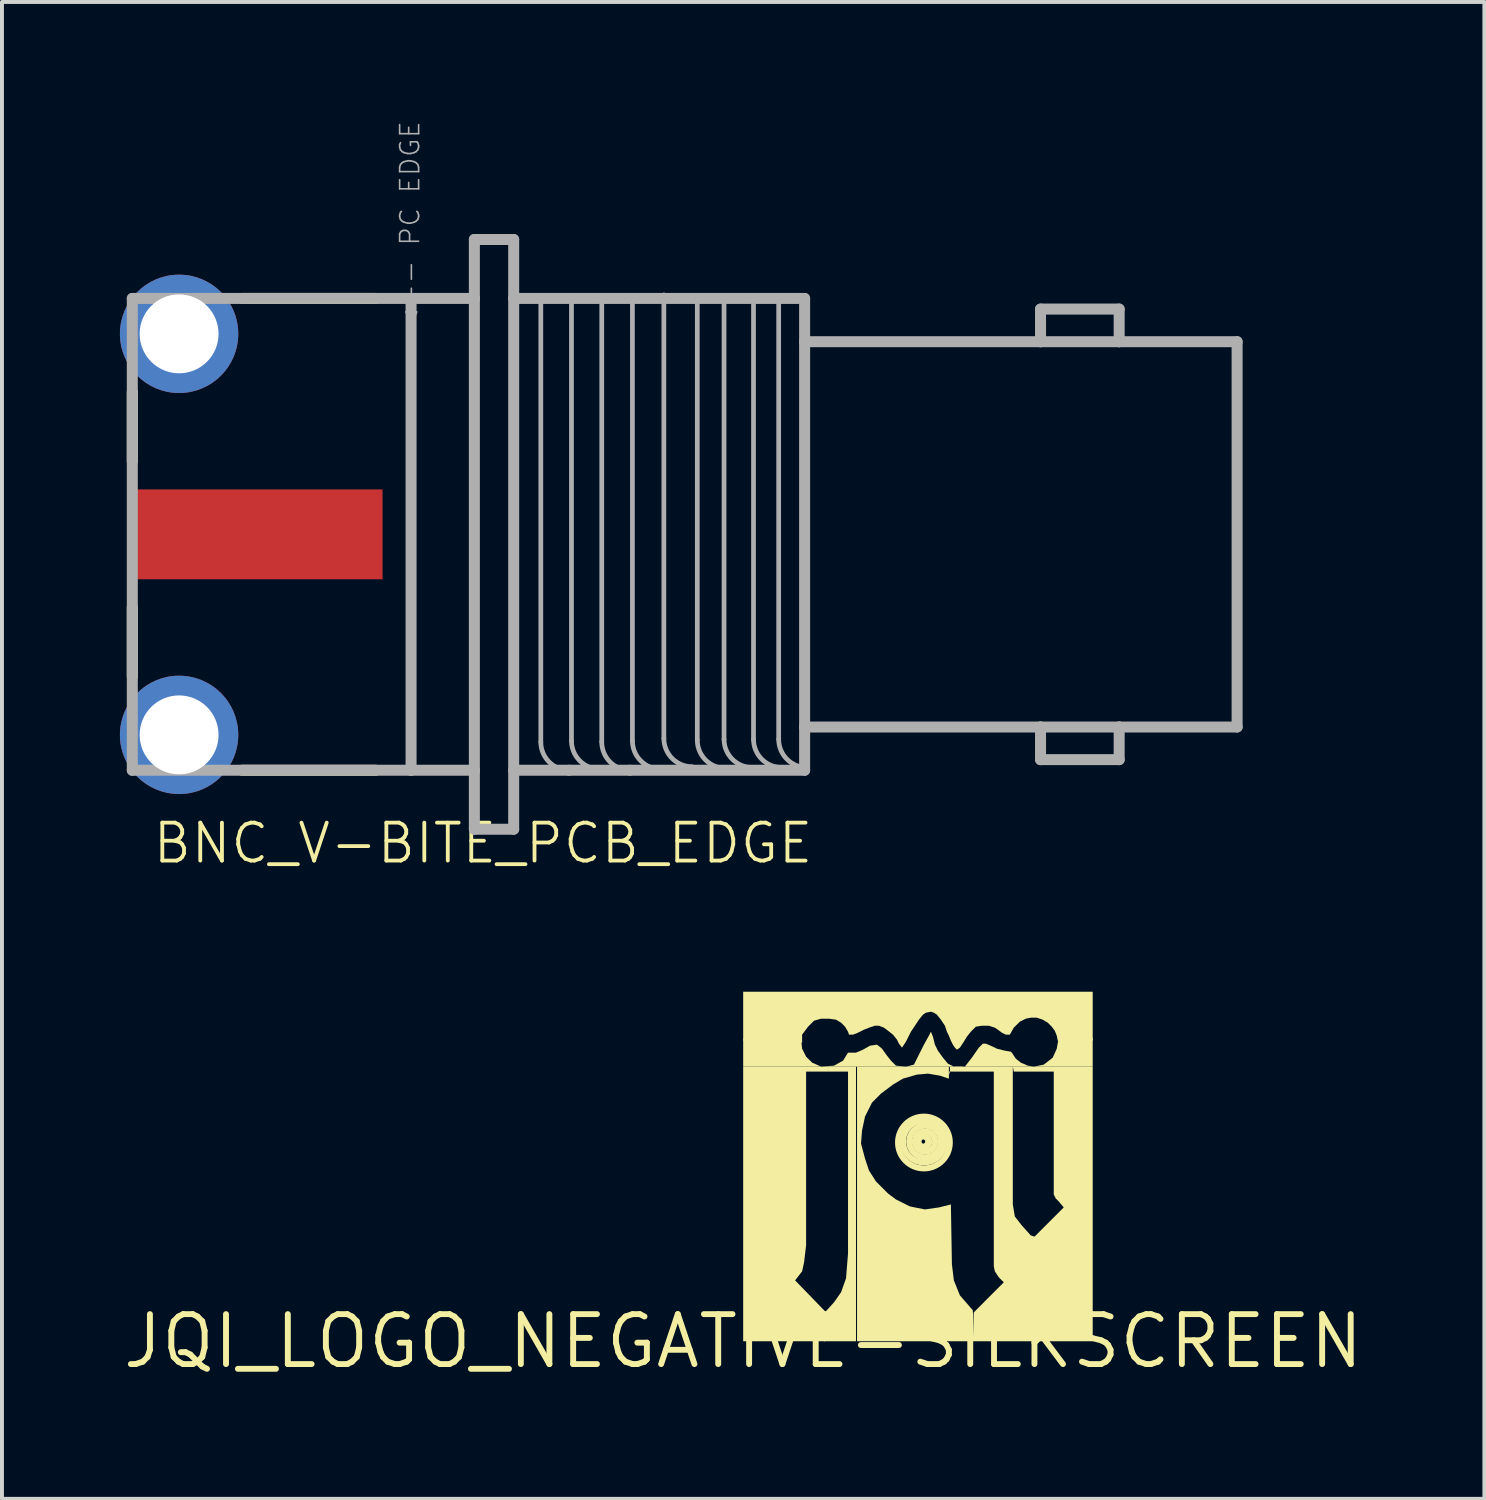
<source format=kicad_pcb>
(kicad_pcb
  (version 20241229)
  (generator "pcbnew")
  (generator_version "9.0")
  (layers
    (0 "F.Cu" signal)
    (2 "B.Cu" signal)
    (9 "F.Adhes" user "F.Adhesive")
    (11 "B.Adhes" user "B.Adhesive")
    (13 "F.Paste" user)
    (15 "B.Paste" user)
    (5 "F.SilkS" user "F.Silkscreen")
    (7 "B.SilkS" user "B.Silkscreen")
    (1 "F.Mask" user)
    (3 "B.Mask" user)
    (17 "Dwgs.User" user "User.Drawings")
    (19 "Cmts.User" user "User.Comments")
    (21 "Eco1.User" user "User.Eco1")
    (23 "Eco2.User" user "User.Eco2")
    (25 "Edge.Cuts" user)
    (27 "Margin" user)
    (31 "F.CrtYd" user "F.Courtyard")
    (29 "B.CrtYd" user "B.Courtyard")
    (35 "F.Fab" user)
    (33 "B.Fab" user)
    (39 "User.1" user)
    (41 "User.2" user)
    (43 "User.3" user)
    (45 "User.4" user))
  (footprint "BNC_V-BITE_PCB_EDGE"
    (layer "F.Cu")
    (at 1.505 10.541)
    (property "Reference" "BNC_V-BITE_PCB_EDGE" (at -0.72 8.42 180) (layer "F.SilkS") (effects (font (size 0.965 0.965) (thickness 0.097)) (justify left bottom)))
    (attr through_hole)
    (fp_line (start -1.19 -1.86) (end -1.19 -3.62) (stroke (width 0.28) (type solid)) (layer "F.SilkS"))
    (fp_line (start -1.19 3.62) (end -1.19 1.86) (stroke (width 0.28) (type solid)) (layer "F.SilkS"))
    (fp_line (start 1.6 -6) (end 5 -6) (stroke (width 0.28) (type solid)) (layer "F.SilkS"))
    (fp_line (start 1.6 6) (end 5 6) (stroke (width 0.28) (type solid)) (layer "F.SilkS"))
    (fp_line (start -1.19 -6) (end 5.9 -6) (stroke (width 0.28) (type solid)) (layer "F.Fab"))
    (fp_line (start -1.19 6) (end -1.19 -6) (stroke (width 0.28) (type solid)) (layer "F.Fab"))
    (fp_line (start 5.9 -6) (end 5.9 6) (stroke (width 0.28) (type solid)) (layer "F.Fab"))
    (fp_line (start 5.9 6) (end -1.19 6) (stroke (width 0.28) (type solid)) (layer "F.Fab"))
    (fp_line (start 7.51 -7.5) (end 7.51 -6) (stroke (width 0.28) (type solid)) (layer "F.Fab"))
    (fp_line (start 7.51 -7.5) (end 8.51 -7.5) (stroke (width 0.28) (type solid)) (layer "F.Fab"))
    (fp_line (start 7.51 -6) (end 5.9 -6) (stroke (width 0.28) (type solid)) (layer "F.Fab"))
    (fp_line (start 7.51 -6) (end 7.51 6) (stroke (width 0.28) (type solid)) (layer "F.Fab"))
    (fp_line (start 7.51 6) (end 5.9 6) (stroke (width 0.28) (type solid)) (layer "F.Fab"))
    (fp_line (start 7.51 6) (end 7.51 7.5) (stroke (width 0.28) (type solid)) (layer "F.Fab"))
    (fp_line (start 7.51 7.5) (end 8.51 7.5) (stroke (width 0.28) (type solid)) (layer "F.Fab"))
    (fp_line (start 8.51 -7.5) (end 8.51 -6) (stroke (width 0.28) (type solid)) (layer "F.Fab"))
    (fp_line (start 8.51 -6) (end 8.51 6) (stroke (width 0.28) (type solid)) (layer "F.Fab"))
    (fp_line (start 8.51 -6) (end 9.2 -6) (stroke (width 0.28) (type solid)) (layer "F.Fab"))
    (fp_line (start 8.51 6) (end 8.51 7.5) (stroke (width 0.28) (type solid)) (layer "F.Fab"))
    (fp_line (start 8.51 6) (end 9.92 6) (stroke (width 0.28) (type solid)) (layer "F.Fab"))
    (fp_line (start 9.2 -6) (end 9.2 5.28) (stroke (width 0.12) (type solid)) (layer "F.Fab"))
    (fp_line (start 9.2 -6) (end 10.75 -6) (stroke (width 0.28) (type solid)) (layer "F.Fab"))
    (fp_line (start 9.92 6) (end 11.47 6) (stroke (width 0.28) (type solid)) (layer "F.Fab"))
    (fp_line (start 9.98 -6.03) (end 9.98 5.25) (stroke (width 0.12) (type solid)) (layer "F.Fab"))
    (fp_line (start 10.75 -6) (end 10.75 5.28) (stroke (width 0.12) (type solid)) (layer "F.Fab"))
    (fp_line (start 10.75 -6) (end 15.91 -6) (stroke (width 0.28) (type solid)) (layer "F.Fab"))
    (fp_line (start 11.47 6) (end 15.91 6) (stroke (width 0.28) (type solid)) (layer "F.Fab"))
    (fp_line (start 11.53 -6.03) (end 11.53 5.25) (stroke (width 0.12) (type solid)) (layer "F.Fab"))
    (fp_line (start 12.33 -6.09) (end 12.33 5.19) (stroke (width 0.12) (type solid)) (layer "F.Fab"))
    (fp_line (start 13.18 -6.05) (end 13.18 5.23) (stroke (width 0.12) (type solid)) (layer "F.Fab"))
    (fp_line (start 13.86 -6.07) (end 13.86 5.21) (stroke (width 0.12) (type solid)) (layer "F.Fab"))
    (fp_line (start 14.61 -6.07) (end 14.61 5.21) (stroke (width 0.12) (type solid)) (layer "F.Fab"))
    (fp_line (start 15.25 -6.07) (end 15.25 5.21) (stroke (width 0.12) (type solid)) (layer "F.Fab"))
    (fp_line (start 15.91 -6) (end 15.91 -4.9) (stroke (width 0.28) (type solid)) (layer "F.Fab"))
    (fp_line (start 15.91 -4.9) (end 15.91 4.9) (stroke (width 0.28) (type solid)) (layer "F.Fab"))
    (fp_line (start 15.91 4.9) (end 15.91 6) (stroke (width 0.28) (type solid)) (layer "F.Fab"))
    (fp_line (start 21.91 -5.73) (end 23.91 -5.73) (stroke (width 0.28) (type solid)) (layer "F.Fab"))
    (fp_line (start 21.91 -4.9) (end 15.91 -4.9) (stroke (width 0.28) (type solid)) (layer "F.Fab"))
    (fp_line (start 21.91 -4.9) (end 21.91 -5.73) (stroke (width 0.28) (type solid)) (layer "F.Fab"))
    (fp_line (start 21.91 4.9) (end 15.91 4.9) (stroke (width 0.28) (type solid)) (layer "F.Fab"))
    (fp_line (start 21.91 5.73) (end 21.91 4.9) (stroke (width 0.28) (type solid)) (layer "F.Fab"))
    (fp_line (start 23.91 -5.73) (end 23.91 -4.9) (stroke (width 0.28) (type solid)) (layer "F.Fab"))
    (fp_line (start 23.91 -4.9) (end 21.91 -4.9) (stroke (width 0.28) (type solid)) (layer "F.Fab"))
    (fp_line (start 23.91 4.9) (end 21.91 4.9) (stroke (width 0.28) (type solid)) (layer "F.Fab"))
    (fp_line (start 23.91 4.9) (end 23.91 5.73) (stroke (width 0.28) (type solid)) (layer "F.Fab"))
    (fp_line (start 23.91 5.73) (end 21.91 5.73) (stroke (width 0.28) (type solid)) (layer "F.Fab"))
    (fp_line (start 26.91 -4.9) (end 23.91 -4.9) (stroke (width 0.28) (type solid)) (layer "F.Fab"))
    (fp_line (start 26.91 -4.9) (end 26.91 4.9) (stroke (width 0.28) (type solid)) (layer "F.Fab"))
    (fp_line (start 26.91 4.9) (end 23.91 4.9) (stroke (width 0.28) (type solid)) (layer "F.Fab"))
    (fp_arc (start 9.92 6) (mid 9.410883 5.789117) (end 9.2 5.28) (stroke (width 0.12) (type solid)) (layer "F.Fab"))
    (fp_arc (start 10.7 5.97) (mid 10.190883 5.759117) (end 9.98 5.25) (stroke (width 0.12) (type solid)) (layer "F.Fab"))
    (fp_arc (start 11.47 6) (mid 10.960883 5.789117) (end 10.75 5.28) (stroke (width 0.12) (type solid)) (layer "F.Fab"))
    (fp_arc (start 12.25 5.97) (mid 11.740883 5.759117) (end 11.53 5.25) (stroke (width 0.12) (type solid)) (layer "F.Fab"))
    (fp_arc (start 13.05 5.91) (mid 12.540883 5.699117) (end 12.33 5.19) (stroke (width 0.12) (type solid)) (layer "F.Fab"))
    (fp_arc (start 13.9 5.95) (mid 13.390883 5.739117) (end 13.18 5.23) (stroke (width 0.12) (type solid)) (layer "F.Fab"))
    (fp_arc (start 14.58 5.93) (mid 14.070883 5.719117) (end 13.86 5.21) (stroke (width 0.12) (type solid)) (layer "F.Fab"))
    (fp_arc (start 15.33 5.93) (mid 14.820883 5.719117) (end 14.61 5.21) (stroke (width 0.12) (type solid)) (layer "F.Fab"))
    (fp_arc (start 15.97 5.93) (mid 15.460883 5.719117) (end 15.25 5.21) (stroke (width 0.12) (type solid)) (layer "F.Fab"))
    (fp_text user "<-- PC EDGE" (at 5.588 -10.541 90) (layer "F.Fab") (effects (font (size 0.483 0.483) (thickness 0.041)) (justify right top)))
    (pad "GND$1" thru_hole circle (at 0 -5.1) (size 3.01 3.01) (drill 2.007) (layers "*.Cu" "*.Mask"))
    (pad "GND$2" thru_hole circle (at 0 5.1) (size 3.01 3.01) (drill 2.007) (layers "*.Cu" "*.Mask"))
    (pad "P$1" smd rect (at 2 0) (size 6.35 2.286) (layers "F.Cu" "F.Mask")))
  (footprint "JQI_LOGO_NEGATIVE-SILKSCREEN"
    (layer "F.Cu")
    (at 15.852 31.064)
    (property "Reference" "JQI_LOGO_NEGATIVE-SILKSCREEN" (at 0 0 0) (layer "F.SilkS") (effects (font (size 1.27 1.27) (thickness 0.15))))
    (attr through_hole)
    (fp_circle (center 4.572 -5.08) (end 4.629 -5.08) (stroke (width 0.152) (type solid)) (fill no) (layer "F.SilkS"))
    (fp_circle (center 4.597 -5.08) (end 4.734 -5.08) (stroke (width 0.152) (type solid)) (fill no) (layer "F.SilkS"))
    (fp_circle (center 4.597 -5.08) (end 5.128 -5.08) (stroke (width 0.152) (type solid)) (fill no) (layer "F.SilkS"))
    (fp_circle (center 4.597 -5.055) (end 5.256 -5.055) (stroke (width 0.152) (type solid)) (fill no) (layer "F.SilkS"))
    (fp_circle (center 4.623 -5.08) (end 4.882 -5.08) (stroke (width 0.152) (type solid)) (fill no) (layer "F.SilkS"))
    (fp_circle (center 4.623 -5.08) (end 5.024 -5.08) (stroke (width 0.152) (type solid)) (fill no) (layer "F.SilkS"))
    (fp_poly (pts (xy 2.057 -0.711) (xy 2.057 0) (xy 2.87 0) (xy 2.87 -6.985) (xy 2.159 -6.985) (xy 2.159 -6.858) (xy 2.667 -6.858) (xy 2.667 -2.235) (xy 2.616 -1.6) (xy 2.489 -1.245) (xy 2.311 -0.991)) (stroke (width 0) (type solid)) (fill yes) (layer "F.SilkS"))
    (fp_poly (pts (xy 2.083 -0.762) (xy 1.321 -1.549) (xy 1.499 -1.778) (xy 1.549 -2.007) (xy 1.6 -2.438) (xy 1.6 -6.858) (xy 2.159 -6.858) (xy 2.159 -6.985) (xy 0 -6.985) (xy 0 0) (xy 2.083 0)) (stroke (width 0) (type solid)) (fill yes) (layer "F.SilkS"))
    (fp_poly (pts (xy 7.391 -2.642) (xy 8.153 -3.404) (xy 8.026 -3.556) (xy 7.95 -3.632) (xy 7.899 -3.734) (xy 7.899 -6.858) (xy 6.883 -6.858) (xy 6.858 -6.985) (xy 8.89 -6.985) (xy 8.89 0) (xy 7.391 0)) (stroke (width 0) (type solid)) (fill yes) (layer "F.SilkS"))
    (fp_poly (pts (xy 5.232 -6.858) (xy 6.375 -6.858) (xy 6.375 -1.905) (xy 6.401 -1.778) (xy 6.502 -1.626) (xy 6.629 -1.499) (xy 5.867 -0.737) (xy 5.842 0) (xy 7.468 0) (xy 7.468 -2.642) (xy 7.315 -2.692) (xy 7.087 -2.946) (xy 6.909 -3.175) (xy 6.858 -3.48) (xy 6.858 -6.985) (xy 5.258 -6.985) (xy 5.258 -6.782)) (stroke (width 0) (type solid)) (fill yes) (layer "F.SilkS"))
    (fp_poly (pts (xy 5.842 -0.787) (xy 5.842 0) (xy 2.896 0) (xy 2.896 -6.985) (xy 5.232 -6.985) (xy 5.232 -6.68) (xy 5.004 -6.756) (xy 4.699 -6.807) (xy 4.42 -6.782) (xy 4.064 -6.68) (xy 3.81 -6.528) (xy 3.505 -6.299) (xy 3.277 -6.071) (xy 3.099 -5.715) (xy 3.023 -5.359) (xy 2.997 -5.029) (xy 3.099 -4.648) (xy 3.2 -4.343) (xy 3.378 -4.064) (xy 3.683 -3.759) (xy 3.886 -3.607) (xy 4.242 -3.429) (xy 4.623 -3.353) (xy 4.978 -3.404) (xy 5.283 -3.48) (xy 5.309 -1.956) (xy 5.359 -1.549) (xy 5.512 -1.168)) (stroke (width 0) (type solid)) (fill yes) (layer "F.SilkS"))
    (fp_poly (pts (xy 6.833 -7.341) (xy 6.934 -7.188) (xy 7.061 -7.087) (xy 7.239 -7.01) (xy 7.391 -6.985) (xy 7.645 -7.036) (xy 7.874 -7.214) (xy 7.976 -7.442) (xy 8.026 -7.722) (xy 8.89 -7.722) (xy 8.89 -6.985) (xy 0 -6.985) (xy 0 -7.696) (xy 1.473 -7.696) (xy 1.499 -7.442) (xy 1.6 -7.239) (xy 1.753 -7.087) (xy 1.981 -6.985) (xy 2.311 -7.01) (xy 2.54 -7.137) (xy 2.667 -7.341) (xy 2.87 -7.341) (xy 3.048 -7.417) (xy 3.226 -7.518) (xy 3.404 -7.544) (xy 3.531 -7.442) (xy 3.658 -7.264) (xy 3.759 -7.137) (xy 3.886 -7.01) (xy 4.14 -6.985) (xy 4.343 -7.036) (xy 4.597 -7.544) (xy 4.724 -7.772) (xy 4.775 -7.874) (xy 4.826 -7.747) (xy 4.877 -7.544) (xy 4.953 -7.391) (xy 5.08 -7.214) (xy 5.207 -7.061) (xy 5.41 -6.96) (xy 5.639 -6.985) (xy 5.817 -7.214) (xy 5.994 -7.468) (xy 6.096 -7.569) (xy 6.172 -7.569) (xy 6.35 -7.493) (xy 6.452 -7.442) (xy 6.655 -7.391) (xy 6.807 -7.366)) (stroke (width 0) (type solid)) (fill yes) (layer "F.SilkS"))
    (fp_poly (pts (xy 1.499 -7.595) (xy 1.499 -7.798) (xy 1.651 -8.001) (xy 1.803 -8.153) (xy 1.981 -8.204) (xy 2.184 -8.204) (xy 2.362 -8.179) (xy 2.489 -8.103) (xy 2.591 -8.001) (xy 2.667 -7.874) (xy 2.692 -7.798) (xy 2.794 -7.798) (xy 2.921 -7.849) (xy 3.073 -7.925) (xy 3.2 -7.976) (xy 3.353 -8.026) (xy 3.454 -8.026) (xy 3.581 -7.976) (xy 3.683 -7.899) (xy 3.81 -7.798) (xy 3.912 -7.671) (xy 3.962 -7.569) (xy 4.039 -7.468) (xy 4.14 -7.62) (xy 4.267 -7.874) (xy 4.369 -8.026) (xy 4.47 -8.179) (xy 4.572 -8.306) (xy 4.648 -8.357) (xy 4.775 -8.382) (xy 4.851 -8.357) (xy 4.928 -8.306) (xy 5.029 -8.179) (xy 5.131 -8.026) (xy 5.182 -7.874) (xy 5.232 -7.772) (xy 5.283 -7.645) (xy 5.334 -7.544) (xy 5.385 -7.468) (xy 5.436 -7.417) (xy 5.512 -7.468) (xy 5.613 -7.62) (xy 5.69 -7.747) (xy 5.791 -7.874) (xy 5.918 -8.001) (xy 6.071 -8.026) (xy 6.248 -8.026) (xy 6.401 -7.976) (xy 6.477 -7.925) (xy 6.579 -7.849) (xy 6.68 -7.798) (xy 6.782 -7.798) (xy 6.883 -7.976) (xy 7.036 -8.128) (xy 7.188 -8.204) (xy 7.315 -8.23) (xy 7.468 -8.23) (xy 7.62 -8.179) (xy 7.747 -8.103) (xy 7.849 -8.001) (xy 7.925 -7.899) (xy 7.976 -7.772) (xy 8.001 -7.645) (xy 8.89 -7.645) (xy 8.89 -8.89) (xy 0 -8.89) (xy 0 -7.645)) (stroke (width 0) (type solid)) (fill yes) (layer "F.SilkS")))
  (gr_rect
    (start -3 -3)
    (end 34.704 35.071)
    (stroke (width 0.1) (type default))
    (fill no)
    (layer "Edge.Cuts")))
</source>
